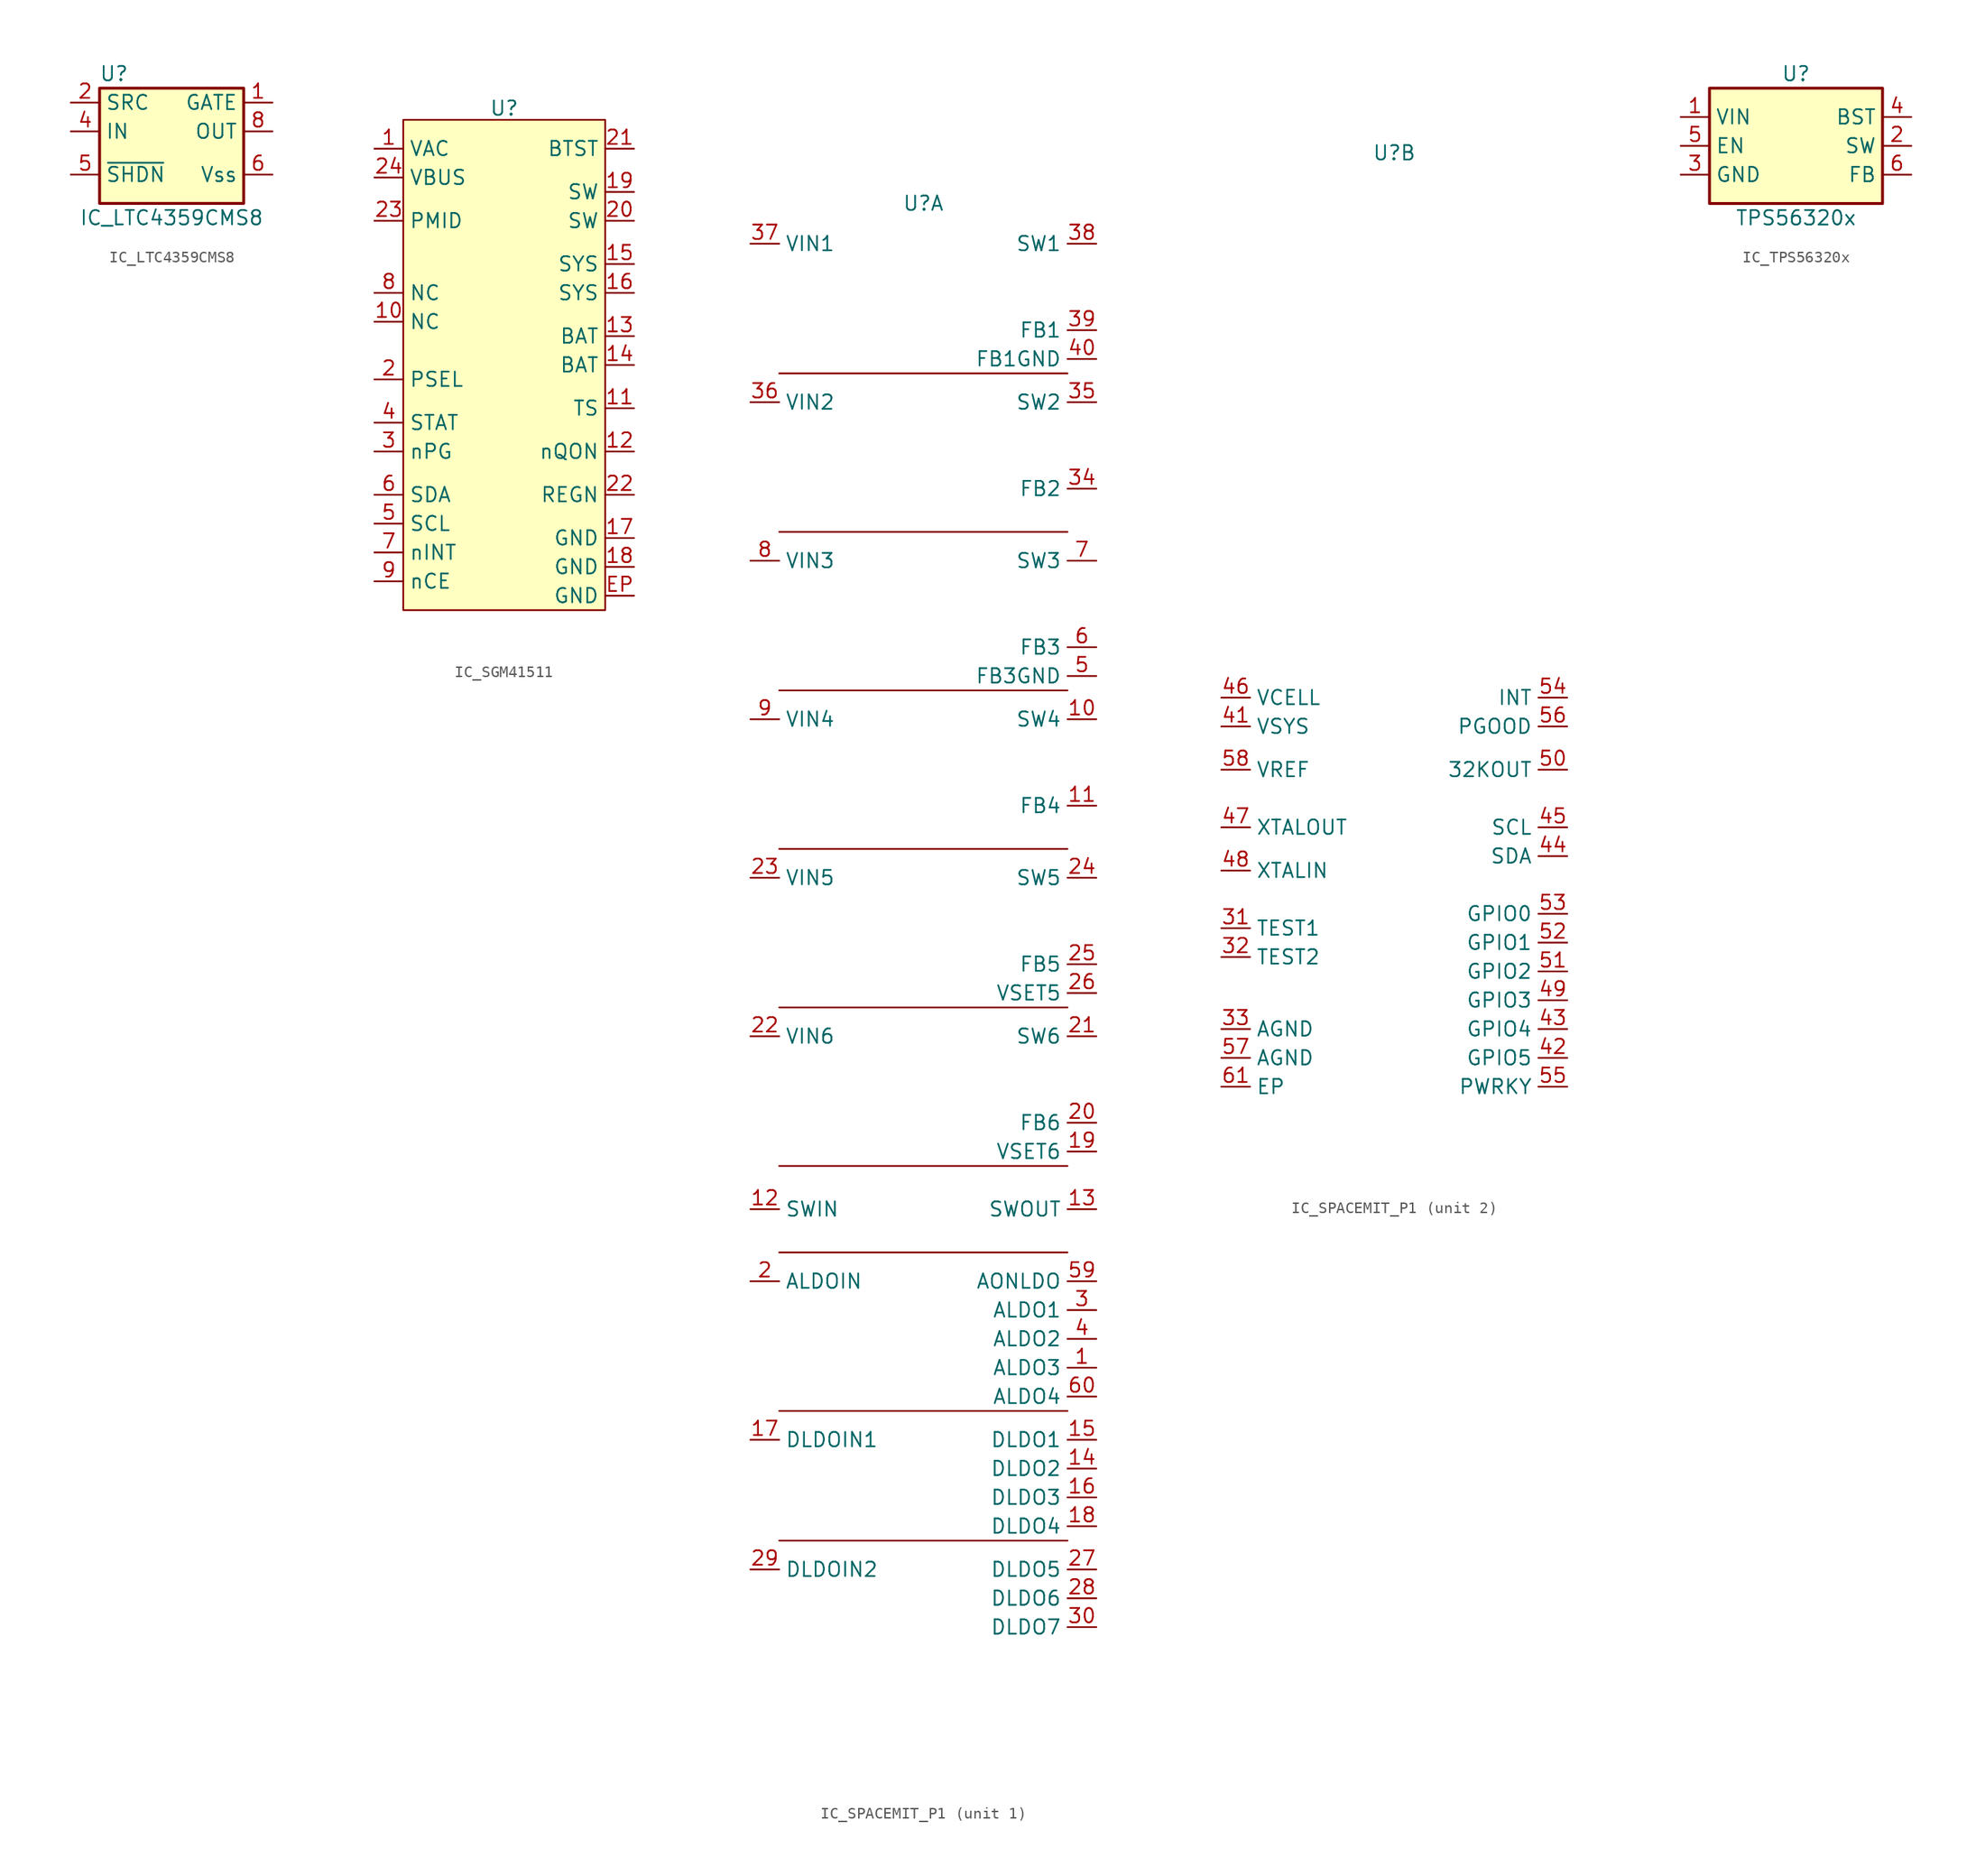
<source format=kicad_sym>
(kicad_symbol_lib
  (version 20241209)
  (generator "kicad_symbol_editor")
  (generator_version "9.0")
  (symbol "IC_LTC4359CMS8"
    (property "Reference" "U"
      (at -5.08 6.35 0)
      (effects (font (size 1.27 1.27))))
    (property "Value" "IC_LTC4359CMS8"
      (at 0 -6.35 0)
      (effects (font (size 1.27 1.27))))
    (symbol "IC_LTC4359CMS8_0_1"
      (rectangle (start -6.35 5.08) (end 6.35 -5.08) (stroke (width 0.254) (type default)) (fill (type background))))
    (symbol "IC_LTC4359CMS8_1_1"
      (pin input line (at -8.89 3.81 0) (length 2.54) (name "SRC" (effects (font (size 1.27 1.27)))) (number "2" (effects (font (size 1.27 1.27)))))
      (pin passive line (at -8.89 1.27 0) (length 2.54) (name "IN" (effects (font (size 1.27 1.27)))) (number "4" (effects (font (size 1.27 1.27)))))
      (pin input line (at -8.89 -2.54 0) (length 2.54) (name "~{SHDN}" (effects (font (size 1.27 1.27)))) (number "5" (effects (font (size 1.27 1.27)))))
      (pin no_connect line (at -8.89 -3.81 0) (length 2.54) (hide yes) (name "NC" (effects (font (size 1.27 1.27)))) (number "3" (effects (font (size 1.27 1.27)))))
      (pin output line (at 8.89 3.81 180) (length 2.54) (name "GATE" (effects (font (size 1.27 1.27)))) (number "1" (effects (font (size 1.27 1.27)))))
      (pin input line (at 8.89 1.27 180) (length 2.54) (name "OUT" (effects (font (size 1.27 1.27)))) (number "8" (effects (font (size 1.27 1.27)))))
      (pin passive line (at 8.89 -2.54 180) (length 2.54) (name "Vss" (effects (font (size 1.27 1.27)))) (number "6" (effects (font (size 1.27 1.27)))))
      (pin no_connect line (at 8.89 -3.81 180) (length 2.54) (hide yes) (name "NC" (effects (font (size 1.27 1.27)))) (number "7" (effects (font (size 1.27 1.27)))))))
  (symbol "IC_SGM41511"
    (property "Reference" "U"
      (at 0 22.606 0)
      (effects (font (size 1.27 1.27))))
    (property "Value" ""
      (at 0 6.35 0)
      (effects (font (size 1.27 1.27))))
    (symbol "IC_SGM41511_0_0"
      (pin passive line (at -11.43 19.05 0) (length 2.54) (name "VAC" (effects (font (size 1.27 1.27)))) (number "1" (effects (font (size 1.27 1.27)))))
      (pin passive line (at -11.43 16.51 0) (length 2.54) (name "VBUS" (effects (font (size 1.27 1.27)))) (number "24" (effects (font (size 1.27 1.27)))))
      (pin passive line (at -11.43 12.7 0) (length 2.54) (name "PMID" (effects (font (size 1.27 1.27)))) (number "23" (effects (font (size 1.27 1.27)))))
      (pin free line (at -11.43 6.35 0) (length 2.54) (name "NC" (effects (font (size 1.27 1.27)))) (number "8" (effects (font (size 1.27 1.27)))))
      (pin input line (at -11.43 -1.27 0) (length 2.54) (name "PSEL" (effects (font (size 1.27 1.27)))) (number "2" (effects (font (size 1.27 1.27)))))
      (pin open_collector line (at -11.43 -5.08 0) (length 2.54) (name "STAT" (effects (font (size 1.27 1.27)))) (number "4" (effects (font (size 1.27 1.27)))))
      (pin open_collector line (at -11.43 -7.62 0) (length 2.54) (name "nPG" (effects (font (size 1.27 1.27)))) (number "3" (effects (font (size 1.27 1.27)))))
      (pin bidirectional line (at -11.43 -11.43 0) (length 2.54) (name "SDA" (effects (font (size 1.27 1.27)))) (number "6" (effects (font (size 1.27 1.27)))))
      (pin input line (at -11.43 -13.97 0) (length 2.54) (name "SCL" (effects (font (size 1.27 1.27)))) (number "5" (effects (font (size 1.27 1.27)))))
      (pin input line (at -11.43 -19.05 0) (length 2.54) (name "nCE" (effects (font (size 1.27 1.27)))) (number "9" (effects (font (size 1.27 1.27)))))
      (pin passive line (at 11.43 19.05 180) (length 2.54) (name "BTST" (effects (font (size 1.27 1.27)))) (number "21" (effects (font (size 1.27 1.27)))))
      (pin passive line (at 11.43 15.24 180) (length 2.54) (name "SW" (effects (font (size 1.27 1.27)))) (number "19" (effects (font (size 1.27 1.27)))))
      (pin passive line (at 11.43 12.7 180) (length 2.54) (name "SW" (effects (font (size 1.27 1.27)))) (number "20" (effects (font (size 1.27 1.27)))))
      (pin passive line (at 11.43 8.89 180) (length 2.54) (name "SYS" (effects (font (size 1.27 1.27)))) (number "15" (effects (font (size 1.27 1.27)))))
      (pin passive line (at 11.43 6.35 180) (length 2.54) (name "SYS" (effects (font (size 1.27 1.27)))) (number "16" (effects (font (size 1.27 1.27)))))
      (pin passive line (at 11.43 2.54 180) (length 2.54) (name "BAT" (effects (font (size 1.27 1.27)))) (number "13" (effects (font (size 1.27 1.27)))))
      (pin passive line (at 11.43 0 180) (length 2.54) (name "BAT" (effects (font (size 1.27 1.27)))) (number "14" (effects (font (size 1.27 1.27)))))
      (pin passive line (at 11.43 -3.81 180) (length 2.54) (name "TS" (effects (font (size 1.27 1.27)))) (number "11" (effects (font (size 1.27 1.27)))))
      (pin input line (at 11.43 -7.62 180) (length 2.54) (name "nQON" (effects (font (size 1.27 1.27)))) (number "12" (effects (font (size 1.27 1.27)))))
      (pin passive line (at 11.43 -11.43 180) (length 2.54) (name "REGN" (effects (font (size 1.27 1.27)))) (number "22" (effects (font (size 1.27 1.27)))))
      (pin passive line (at 11.43 -15.24 180) (length 2.54) (name "GND" (effects (font (size 1.27 1.27)))) (number "17" (effects (font (size 1.27 1.27)))))
      (pin passive line (at 11.43 -17.78 180) (length 2.54) (name "GND" (effects (font (size 1.27 1.27)))) (number "18" (effects (font (size 1.27 1.27)))))
      (pin passive line (at 11.43 -20.32 180) (length 2.54) (name "GND" (effects (font (size 1.27 1.27)))) (number "EP" (effects (font (size 1.27 1.27))))))
    (symbol "IC_SGM41511_1_0"
      (pin free line (at -11.43 3.81 0) (length 2.54) (name "NC" (effects (font (size 1.27 1.27)))) (number "10" (effects (font (size 1.27 1.27)))))
      (pin open_collector line (at -11.43 -16.51 0) (length 2.54) (name "nINT" (effects (font (size 1.27 1.27)))) (number "7" (effects (font (size 1.27 1.27))))))
    (symbol "IC_SGM41511_1_1"
      (rectangle (start -8.89 21.59) (end 8.89 -21.59) (stroke (width 0) (type default)) (fill (type background)))))
  (symbol "IC_SPACEMIT_P1"
    (property "Reference" "U"
      (at 0 64.516 0)
      (effects (font (size 1.27 1.27))))
    (property "Value" ""
      (at 0 0 0)
      (effects (font (size 1.27 1.27))))
    (symbol "IC_SPACEMIT_P1_1_0"
      (pin power_in line (at -15.24 60.96 0) (length 2.54) (name "VIN1" (effects (font (size 1.27 1.27)))) (number "37" (effects (font (size 1.27 1.27)))))
      (pin power_in line (at -15.24 46.99 0) (length 2.54) (name "VIN2" (effects (font (size 1.27 1.27)))) (number "36" (effects (font (size 1.27 1.27)))))
      (pin power_in line (at -15.24 33.02 0) (length 2.54) (name "VIN3" (effects (font (size 1.27 1.27)))) (number "8" (effects (font (size 1.27 1.27)))))
      (pin power_in line (at -15.24 19.05 0) (length 2.54) (name "VIN4" (effects (font (size 1.27 1.27)))) (number "9" (effects (font (size 1.27 1.27)))))
      (pin power_in line (at -15.24 5.08 0) (length 2.54) (name "VIN5" (effects (font (size 1.27 1.27)))) (number "23" (effects (font (size 1.27 1.27)))))
      (pin power_in line (at -15.24 -8.89 0) (length 2.54) (name "VIN6" (effects (font (size 1.27 1.27)))) (number "22" (effects (font (size 1.27 1.27)))))
      (pin power_in line (at -15.24 -24.13 0) (length 2.54) (name "SWIN" (effects (font (size 1.27 1.27)))) (number "12" (effects (font (size 1.27 1.27)))))
      (pin power_in line (at -15.24 -30.48 0) (length 2.54) (name "ALDOIN" (effects (font (size 1.27 1.27)))) (number "2" (effects (font (size 1.27 1.27)))))
      (pin power_in line (at -15.24 -44.45 0) (length 2.54) (name "DLDOIN1" (effects (font (size 1.27 1.27)))) (number "17" (effects (font (size 1.27 1.27)))))
      (pin power_in line (at -15.24 -55.88 0) (length 2.54) (name "DLDOIN2" (effects (font (size 1.27 1.27)))) (number "29" (effects (font (size 1.27 1.27)))))
      (pin unspecified line (at 15.24 60.96 180) (length 2.54) (name "SW1" (effects (font (size 1.27 1.27)))) (number "38" (effects (font (size 1.27 1.27)))))
      (pin unspecified line (at 15.24 53.34 180) (length 2.54) (name "FB1" (effects (font (size 1.27 1.27)))) (number "39" (effects (font (size 1.27 1.27)))))
      (pin unspecified line (at 15.24 50.8 180) (length 2.54) (name "FB1GND" (effects (font (size 1.27 1.27)))) (number "40" (effects (font (size 1.27 1.27)))))
      (pin unspecified line (at 15.24 46.99 180) (length 2.54) (name "SW2" (effects (font (size 1.27 1.27)))) (number "35" (effects (font (size 1.27 1.27)))))
      (pin unspecified line (at 15.24 39.37 180) (length 2.54) (name "FB2" (effects (font (size 1.27 1.27)))) (number "34" (effects (font (size 1.27 1.27)))))
      (pin power_out line (at 15.24 33.02 180) (length 2.54) (name "SW3" (effects (font (size 1.27 1.27)))) (number "7" (effects (font (size 1.27 1.27)))))
      (pin unspecified line (at 15.24 25.4 180) (length 2.54) (name "FB3" (effects (font (size 1.27 1.27)))) (number "6" (effects (font (size 1.27 1.27)))))
      (pin unspecified line (at 15.24 22.86 180) (length 2.54) (name "FB3GND" (effects (font (size 1.27 1.27)))) (number "5" (effects (font (size 1.27 1.27)))))
      (pin unspecified line (at 15.24 19.05 180) (length 2.54) (name "SW4" (effects (font (size 1.27 1.27)))) (number "10" (effects (font (size 1.27 1.27)))))
      (pin unspecified line (at 15.24 11.43 180) (length 2.54) (name "FB4" (effects (font (size 1.27 1.27)))) (number "11" (effects (font (size 1.27 1.27)))))
      (pin unspecified line (at 15.24 5.08 180) (length 2.54) (name "SW5" (effects (font (size 1.27 1.27)))) (number "24" (effects (font (size 1.27 1.27)))))
      (pin unspecified line (at 15.24 -2.54 180) (length 2.54) (name "FB5" (effects (font (size 1.27 1.27)))) (number "25" (effects (font (size 1.27 1.27)))))
      (pin unspecified line (at 15.24 -5.08 180) (length 2.54) (name "VSET5" (effects (font (size 1.27 1.27)))) (number "26" (effects (font (size 1.27 1.27)))))
      (pin unspecified line (at 15.24 -8.89 180) (length 2.54) (name "SW6" (effects (font (size 1.27 1.27)))) (number "21" (effects (font (size 1.27 1.27)))))
      (pin power_out line (at 15.24 -16.51 180) (length 2.54) (name "FB6" (effects (font (size 1.27 1.27)))) (number "20" (effects (font (size 1.27 1.27)))))
      (pin unspecified line (at 15.24 -19.05 180) (length 2.54) (name "VSET6" (effects (font (size 1.27 1.27)))) (number "19" (effects (font (size 1.27 1.27)))))
      (pin unspecified line (at 15.24 -24.13 180) (length 2.54) (name "SWOUT" (effects (font (size 1.27 1.27)))) (number "13" (effects (font (size 1.27 1.27)))))
      (pin power_out line (at 15.24 -30.48 180) (length 2.54) (name "AONLDO" (effects (font (size 1.27 1.27)))) (number "59" (effects (font (size 1.27 1.27)))))
      (pin power_out line (at 15.24 -33.02 180) (length 2.54) (name "ALDO1" (effects (font (size 1.27 1.27)))) (number "3" (effects (font (size 1.27 1.27)))))
      (pin power_out line (at 15.24 -35.56 180) (length 2.54) (name "ALDO2" (effects (font (size 1.27 1.27)))) (number "4" (effects (font (size 1.27 1.27)))))
      (pin power_out line (at 15.24 -38.1 180) (length 2.54) (name "ALDO3" (effects (font (size 1.27 1.27)))) (number "1" (effects (font (size 1.27 1.27)))))
      (pin power_out line (at 15.24 -40.64 180) (length 2.54) (name "ALDO4" (effects (font (size 1.27 1.27)))) (number "60" (effects (font (size 1.27 1.27)))))
      (pin power_out line (at 15.24 -44.45 180) (length 2.54) (name "DLDO1" (effects (font (size 1.27 1.27)))) (number "15" (effects (font (size 1.27 1.27)))))
      (pin power_out line (at 15.24 -46.99 180) (length 2.54) (name "DLDO2" (effects (font (size 1.27 1.27)))) (number "14" (effects (font (size 1.27 1.27)))))
      (pin power_out line (at 15.24 -49.53 180) (length 2.54) (name "DLDO3" (effects (font (size 1.27 1.27)))) (number "16" (effects (font (size 1.27 1.27)))))
      (pin power_out line (at 15.24 -52.07 180) (length 2.54) (name "DLDO4" (effects (font (size 1.27 1.27)))) (number "18" (effects (font (size 1.27 1.27)))))
      (pin power_out line (at 15.24 -55.88 180) (length 2.54) (name "DLDO5" (effects (font (size 1.27 1.27)))) (number "27" (effects (font (size 1.27 1.27)))))
      (pin power_out line (at 15.24 -58.42 180) (length 2.54) (name "DLDO6" (effects (font (size 1.27 1.27)))) (number "28" (effects (font (size 1.27 1.27)))))
      (pin power_out line (at 15.24 -60.96 180) (length 2.54) (name "DLDO7" (effects (font (size 1.27 1.27)))) (number "30" (effects (font (size 1.27 1.27))))))
    (symbol "IC_SPACEMIT_P1_1_1"
      (polyline (pts (xy -12.7 49.53) (xy 12.7 49.53)) (stroke (width 0) (type default)) (fill (type none)))
      (polyline (pts (xy -12.7 35.56) (xy 12.7 35.56)) (stroke (width 0) (type default)) (fill (type none)))
      (polyline (pts (xy -12.7 -27.94) (xy 12.7 -27.94)) (stroke (width 0) (type default)) (fill (type none)))
      (polyline (pts (xy -12.7 -41.91) (xy 12.7 -41.91)) (stroke (width 0) (type default)) (fill (type none)))
      (polyline (pts (xy -12.7 -53.34) (xy 12.7 -53.34)) (stroke (width 0) (type default)) (fill (type none)))
      (polyline (pts (xy 12.7 21.59) (xy -12.7 21.59)) (stroke (width 0) (type default)) (fill (type none)))
      (polyline (pts (xy 12.7 7.62) (xy -12.7 7.62)) (stroke (width 0) (type default)) (fill (type none)))
      (polyline (pts (xy 12.7 -6.35) (xy -12.7 -6.35)) (stroke (width 0) (type default)) (fill (type none)))
      (polyline (pts (xy 12.7 -20.32) (xy -12.7 -20.32)) (stroke (width 0) (type default)) (fill (type none)))
      (rectangle private (start -12.7 63.5) (end 12.7 -63.5) (stroke (width 0) (type solid)) (fill (type background)))
      (text private "ALDO" (at -0.508 -29.972 0) (effects (font (size 1.27 1.27) (thickness 0.254) (bold yes))))
      (text private "DLDO" (at -0.508 -44.196 0) (effects (font (size 1.27 1.27) (thickness 0.254) (bold yes))))
      (text private "BUCK2" (at -0.254 47.244 0) (effects (font (size 1.27 1.27) (thickness 0.254) (bold yes))))
      (text private "BUCK4" (at -0.254 19.304 0) (effects (font (size 1.27 1.27) (thickness 0.254) (bold yes))))
      (text private "BUCK5" (at -0.254 5.08 0) (effects (font (size 1.27 1.27) (thickness 0.254) (bold yes))))
      (text private "SWITCH" (at -0.254 -22.606 0) (effects (font (size 1.27 1.27) (thickness 0.254) (bold yes))))
      (text private "DLDO" (at -0.254 -55.372 0) (effects (font (size 1.27 1.27) (thickness 0.254) (bold yes))))
      (text private "BUCK1" (at 0 60.96 0) (effects (font (size 1.27 1.27) (thickness 0.254) (bold yes))))
      (text private "BUCK3" (at 0 33.528 0) (effects (font (size 1.27 1.27) (thickness 0.254) (bold yes))))
      (text private "BUCK6" (at 0 -9.144 0) (effects (font (size 1.27 1.27) (thickness 0.254) (bold yes)))))
    (symbol "IC_SPACEMIT_P1_2_0"
      (pin power_in line (at -15.24 16.51 0) (length 2.54) (name "VCELL" (effects (font (size 1.27 1.27)))) (number "46" (effects (font (size 1.27 1.27)))))
      (pin power_in line (at -15.24 13.97 0) (length 2.54) (name "VSYS" (effects (font (size 1.27 1.27)))) (number "41" (effects (font (size 1.27 1.27)))))
      (pin output line (at -15.24 10.16 0) (length 2.54) (name "VREF" (effects (font (size 1.27 1.27)))) (number "58" (effects (font (size 1.27 1.27)))))
      (pin unspecified line (at -15.24 5.08 0) (length 2.54) (name "XTALOUT" (effects (font (size 1.27 1.27)))) (number "47" (effects (font (size 1.27 1.27)))))
      (pin unspecified line (at -15.24 1.27 0) (length 2.54) (name "XTALIN" (effects (font (size 1.27 1.27)))) (number "48" (effects (font (size 1.27 1.27)))))
      (pin unspecified line (at -15.24 -3.81 0) (length 2.54) (name "TEST1" (effects (font (size 1.27 1.27)))) (number "31" (effects (font (size 1.27 1.27)))))
      (pin unspecified line (at -15.24 -6.35 0) (length 2.54) (name "TEST2" (effects (font (size 1.27 1.27)))) (number "32" (effects (font (size 1.27 1.27)))))
      (pin unspecified line (at -15.24 -12.7 0) (length 2.54) (name "AGND" (effects (font (size 1.27 1.27)))) (number "33" (effects (font (size 1.27 1.27)))))
      (pin unspecified line (at -15.24 -15.24 0) (length 2.54) (name "AGND" (effects (font (size 1.27 1.27)))) (number "57" (effects (font (size 1.27 1.27)))))
      (pin unspecified line (at -15.24 -17.78 0) (length 2.54) (name "EP" (effects (font (size 1.27 1.27)))) (number "61" (effects (font (size 1.27 1.27)))))
      (pin bidirectional line (at 15.24 16.51 180) (length 2.54) (name "INT" (effects (font (size 1.27 1.27)))) (number "54" (effects (font (size 1.27 1.27)))))
      (pin bidirectional line (at 15.24 13.97 180) (length 2.54) (name "PGOOD" (effects (font (size 1.27 1.27)))) (number "56" (effects (font (size 1.27 1.27)))))
      (pin input line (at 15.24 10.16 180) (length 2.54) (name "32KOUT" (effects (font (size 1.27 1.27)))) (number "50" (effects (font (size 1.27 1.27)))))
      (pin input line (at 15.24 5.08 180) (length 2.54) (name "SCL" (effects (font (size 1.27 1.27)))) (number "45" (effects (font (size 1.27 1.27)))))
      (pin bidirectional line (at 15.24 2.54 180) (length 2.54) (name "SDA" (effects (font (size 1.27 1.27)))) (number "44" (effects (font (size 1.27 1.27)))))
      (pin unspecified line (at 15.24 -2.54 180) (length 2.54) (name "GPIO0" (effects (font (size 1.27 1.27)))) (number "53" (effects (font (size 1.27 1.27)))))
      (pin unspecified line (at 15.24 -5.08 180) (length 2.54) (name "GPIO1" (effects (font (size 1.27 1.27)))) (number "52" (effects (font (size 1.27 1.27)))))
      (pin unspecified line (at 15.24 -7.62 180) (length 2.54) (name "GPIO2" (effects (font (size 1.27 1.27)))) (number "51" (effects (font (size 1.27 1.27)))))
      (pin unspecified line (at 15.24 -10.16 180) (length 2.54) (name "GPIO3" (effects (font (size 1.27 1.27)))) (number "49" (effects (font (size 1.27 1.27)))))
      (pin unspecified line (at 15.24 -12.7 180) (length 2.54) (name "GPIO4" (effects (font (size 1.27 1.27)))) (number "43" (effects (font (size 1.27 1.27)))))
      (pin unspecified line (at 15.24 -15.24 180) (length 2.54) (name "GPIO5" (effects (font (size 1.27 1.27)))) (number "42" (effects (font (size 1.27 1.27)))))
      (pin input line (at 15.24 -17.78 180) (length 2.54) (name "PWRKY" (effects (font (size 1.27 1.27)))) (number "55" (effects (font (size 1.27 1.27))))))
    (symbol "IC_SPACEMIT_P1_2_1"
      (rectangle private (start -12.7 19.05) (end 12.7 -19.05) (stroke (width 0) (type solid)) (fill (type background)))))
  (symbol "IC_TPS56320x"
    (property "Reference" "U"
      (at 0 6.35 0)
      (effects (font (size 1.27 1.27))))
    (property "Value" "TPS56320x"
      (at 0 -6.35 0)
      (effects (font (size 1.27 1.27))))
    (symbol "IC_TPS56320x_0_1"
      (rectangle (start -7.62 5.08) (end 7.62 -5.08) (stroke (width 0.254) (type default)) (fill (type background))))
    (symbol "IC_TPS56320x_1_1"
      (pin power_in line (at -10.16 2.54 0) (length 2.54) (name "VIN" (effects (font (size 1.27 1.27)))) (number "1" (effects (font (size 1.27 1.27)))))
      (pin input line (at -10.16 0 0) (length 2.54) (name "EN" (effects (font (size 1.27 1.27)))) (number "5" (effects (font (size 1.27 1.27)))))
      (pin power_in line (at -10.16 -2.54 0) (length 2.54) (name "GND" (effects (font (size 1.27 1.27)))) (number "3" (effects (font (size 1.27 1.27)))))
      (pin passive line (at 10.16 2.54 180) (length 2.54) (name "BST" (effects (font (size 1.27 1.27)))) (number "4" (effects (font (size 1.27 1.27)))))
      (pin output line (at 10.16 0 180) (length 2.54) (name "SW" (effects (font (size 1.27 1.27)))) (number "2" (effects (font (size 1.27 1.27)))))
      (pin input line (at 10.16 -2.54 180) (length 2.54) (name "FB" (effects (font (size 1.27 1.27)))) (number "6" (effects (font (size 1.27 1.27))))))))
</source>
